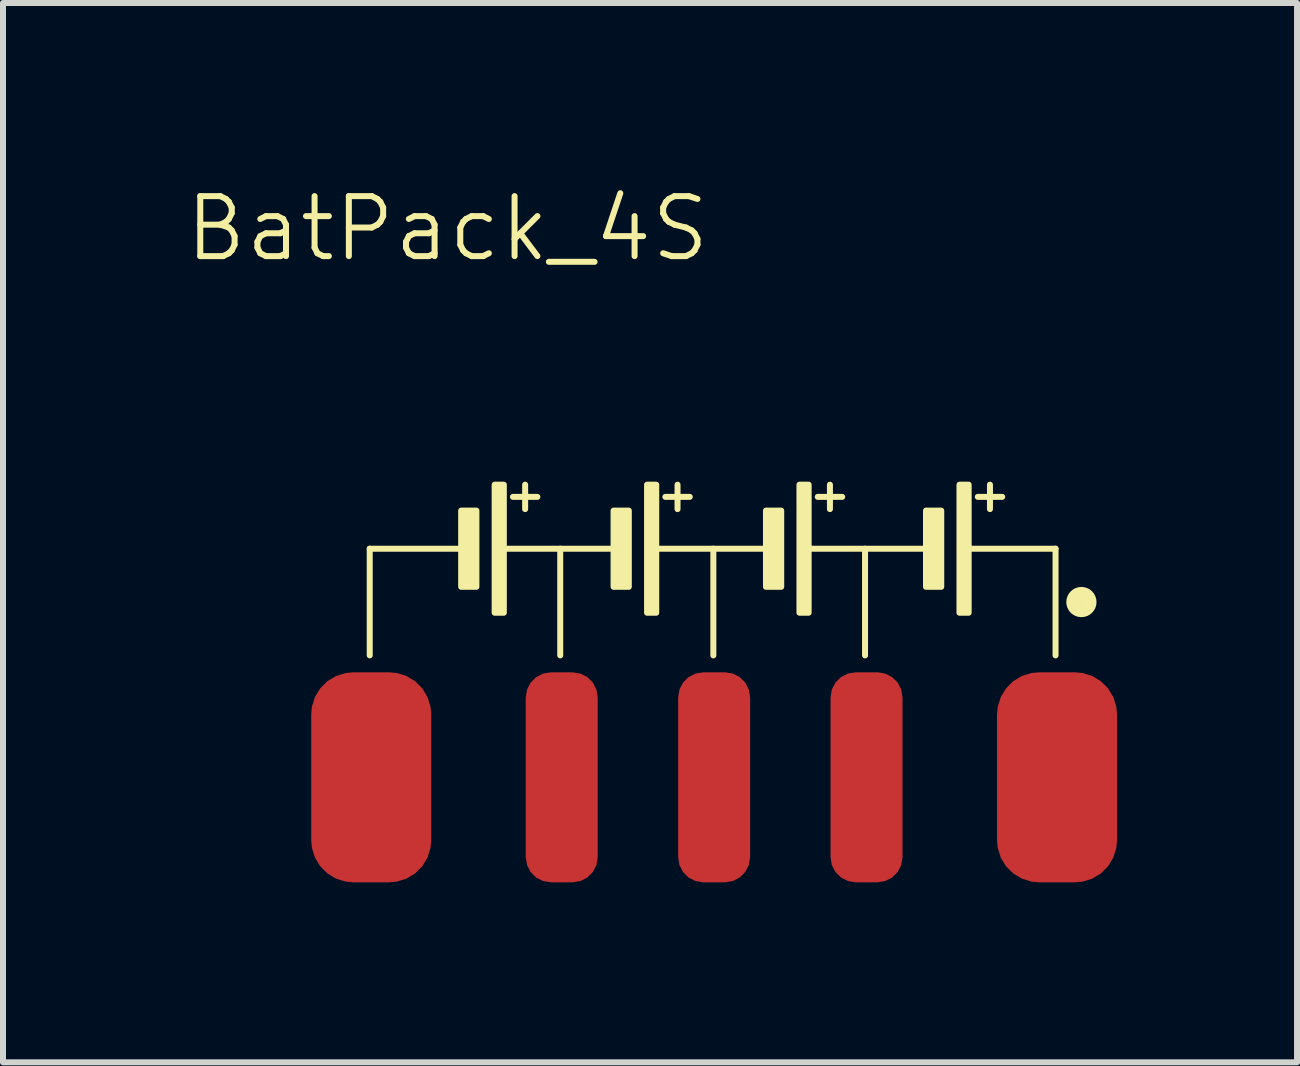
<source format=kicad_pcb>
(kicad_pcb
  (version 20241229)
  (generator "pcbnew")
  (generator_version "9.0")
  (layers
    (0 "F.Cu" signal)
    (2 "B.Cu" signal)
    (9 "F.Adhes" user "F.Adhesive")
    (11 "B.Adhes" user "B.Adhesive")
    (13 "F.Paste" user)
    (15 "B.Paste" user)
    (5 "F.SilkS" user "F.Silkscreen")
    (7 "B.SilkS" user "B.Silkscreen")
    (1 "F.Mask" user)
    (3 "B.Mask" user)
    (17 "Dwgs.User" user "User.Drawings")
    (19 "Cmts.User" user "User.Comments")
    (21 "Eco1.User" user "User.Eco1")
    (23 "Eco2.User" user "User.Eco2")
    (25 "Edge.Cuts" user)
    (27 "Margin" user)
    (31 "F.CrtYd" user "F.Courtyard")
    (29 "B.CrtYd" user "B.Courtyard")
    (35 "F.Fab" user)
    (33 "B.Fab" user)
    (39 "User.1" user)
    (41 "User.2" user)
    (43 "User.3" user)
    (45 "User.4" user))
  (footprint "BatPack_4S"
    (layer "F.Cu")
    (at 4.407 9.905)
    (property "Reference" "BatPack_4S" (at 0 -9.144 0) (unlocked yes) (layer "F.SilkS") (effects (font (size 1 1) (thickness 0.1))))
    (attr smd)
    (fp_line (start -1.295 -3.81) (end -1.295 -2.032) (stroke (width 0.1) (type default)) (layer "F.SilkS"))
    (fp_line (start -1.295 -3.81) (end 0.229 -3.81) (stroke (width 0.1) (type default)) (layer "F.SilkS"))
    (fp_line (start 0.94 -3.81) (end 2.769 -3.81) (stroke (width 0.1) (type default)) (layer "F.SilkS"))
    (fp_line (start 1.295 -4.877) (end 1.295 -4.47) (stroke (width 0.1) (type default)) (layer "F.SilkS"))
    (fp_line (start 1.499 -4.674) (end 1.092 -4.674) (stroke (width 0.1) (type default)) (layer "F.SilkS"))
    (fp_line (start 1.88 -3.81) (end 1.88 -2.032) (stroke (width 0.1) (type default)) (layer "F.SilkS"))
    (fp_line (start 3.48 -3.81) (end 5.309 -3.81) (stroke (width 0.1) (type default)) (layer "F.SilkS"))
    (fp_line (start 3.835 -4.877) (end 3.835 -4.47) (stroke (width 0.1) (type default)) (layer "F.SilkS"))
    (fp_line (start 4.039 -4.674) (end 3.632 -4.674) (stroke (width 0.1) (type default)) (layer "F.SilkS"))
    (fp_line (start 4.432 -3.81) (end 4.432 -2.032) (stroke (width 0.1) (type default)) (layer "F.SilkS"))
    (fp_line (start 6.02 -3.81) (end 7.976 -3.81) (stroke (width 0.1) (type default)) (layer "F.SilkS"))
    (fp_line (start 6.375 -4.877) (end 6.375 -4.47) (stroke (width 0.1) (type default)) (layer "F.SilkS"))
    (fp_line (start 6.579 -4.674) (end 6.172 -4.674) (stroke (width 0.1) (type default)) (layer "F.SilkS"))
    (fp_line (start 6.96 -3.81) (end 6.96 -2.032) (stroke (width 0.1) (type default)) (layer "F.SilkS"))
    (fp_line (start 8.687 -3.81) (end 10.135 -3.81) (stroke (width 0.1) (type default)) (layer "F.SilkS"))
    (fp_line (start 9.042 -4.877) (end 9.042 -4.47) (stroke (width 0.1) (type default)) (layer "F.SilkS"))
    (fp_line (start 9.246 -4.674) (end 8.839 -4.674) (stroke (width 0.1) (type default)) (layer "F.SilkS"))
    (fp_line (start 10.135 -3.81) (end 10.135 -2.032) (stroke (width 0.1) (type default)) (layer "F.SilkS"))
    (fp_rect (start 0.483 -4.445) (end 0.229 -3.175) (stroke (width 0.1) (type solid)) (fill yes) (layer "F.SilkS"))
    (fp_rect (start 0.94 -4.877) (end 0.787 -2.743) (stroke (width 0.1) (type solid)) (fill yes) (layer "F.SilkS"))
    (fp_rect (start 3.023 -4.445) (end 2.769 -3.175) (stroke (width 0.1) (type solid)) (fill yes) (layer "F.SilkS"))
    (fp_rect (start 3.48 -4.877) (end 3.327 -2.743) (stroke (width 0.1) (type solid)) (fill yes) (layer "F.SilkS"))
    (fp_rect (start 5.563 -4.445) (end 5.309 -3.175) (stroke (width 0.1) (type solid)) (fill yes) (layer "F.SilkS"))
    (fp_rect (start 6.02 -4.877) (end 5.867 -2.743) (stroke (width 0.1) (type solid)) (fill yes) (layer "F.SilkS"))
    (fp_rect (start 8.23 -4.445) (end 7.976 -3.175) (stroke (width 0.1) (type solid)) (fill yes) (layer "F.SilkS"))
    (fp_rect (start 8.687 -4.877) (end 8.534 -2.743) (stroke (width 0.1) (type solid)) (fill yes) (layer "F.SilkS"))
    (fp_circle (center 10.566 -2.921) (end 10.439 -2.921) (stroke (width 0.25) (type default)) (fill no) (layer "F.SilkS"))
    (pad "1" smd roundrect (at 10.16 0 90) (size 3.5 2) (layers "F.Cu" "F.Mask") (roundrect_rratio 0.35))
    (pad "2" smd roundrect (at 6.985 0 90) (size 3.5 1.2) (layers "F.Cu" "F.Mask") (roundrect_rratio 0.35))
    (pad "3" smd roundrect (at 4.445 0 90) (size 3.5 1.2) (layers "F.Cu" "F.Mask") (roundrect_rratio 0.35))
    (pad "4" smd roundrect (at 1.905 0 90) (size 3.5 1.2) (layers "F.Cu" "F.Mask") (roundrect_rratio 0.35))
    (pad "5" smd roundrect (at -1.27 0 90) (size 3.5 2) (layers "F.Cu" "F.Mask") (roundrect_rratio 0.35)))
  (gr_rect
    (start -3 -3)
    (end 18.567 14.655)
    (stroke (width 0.1) (type default))
    (fill no)
    (layer "Edge.Cuts")))
</source>
